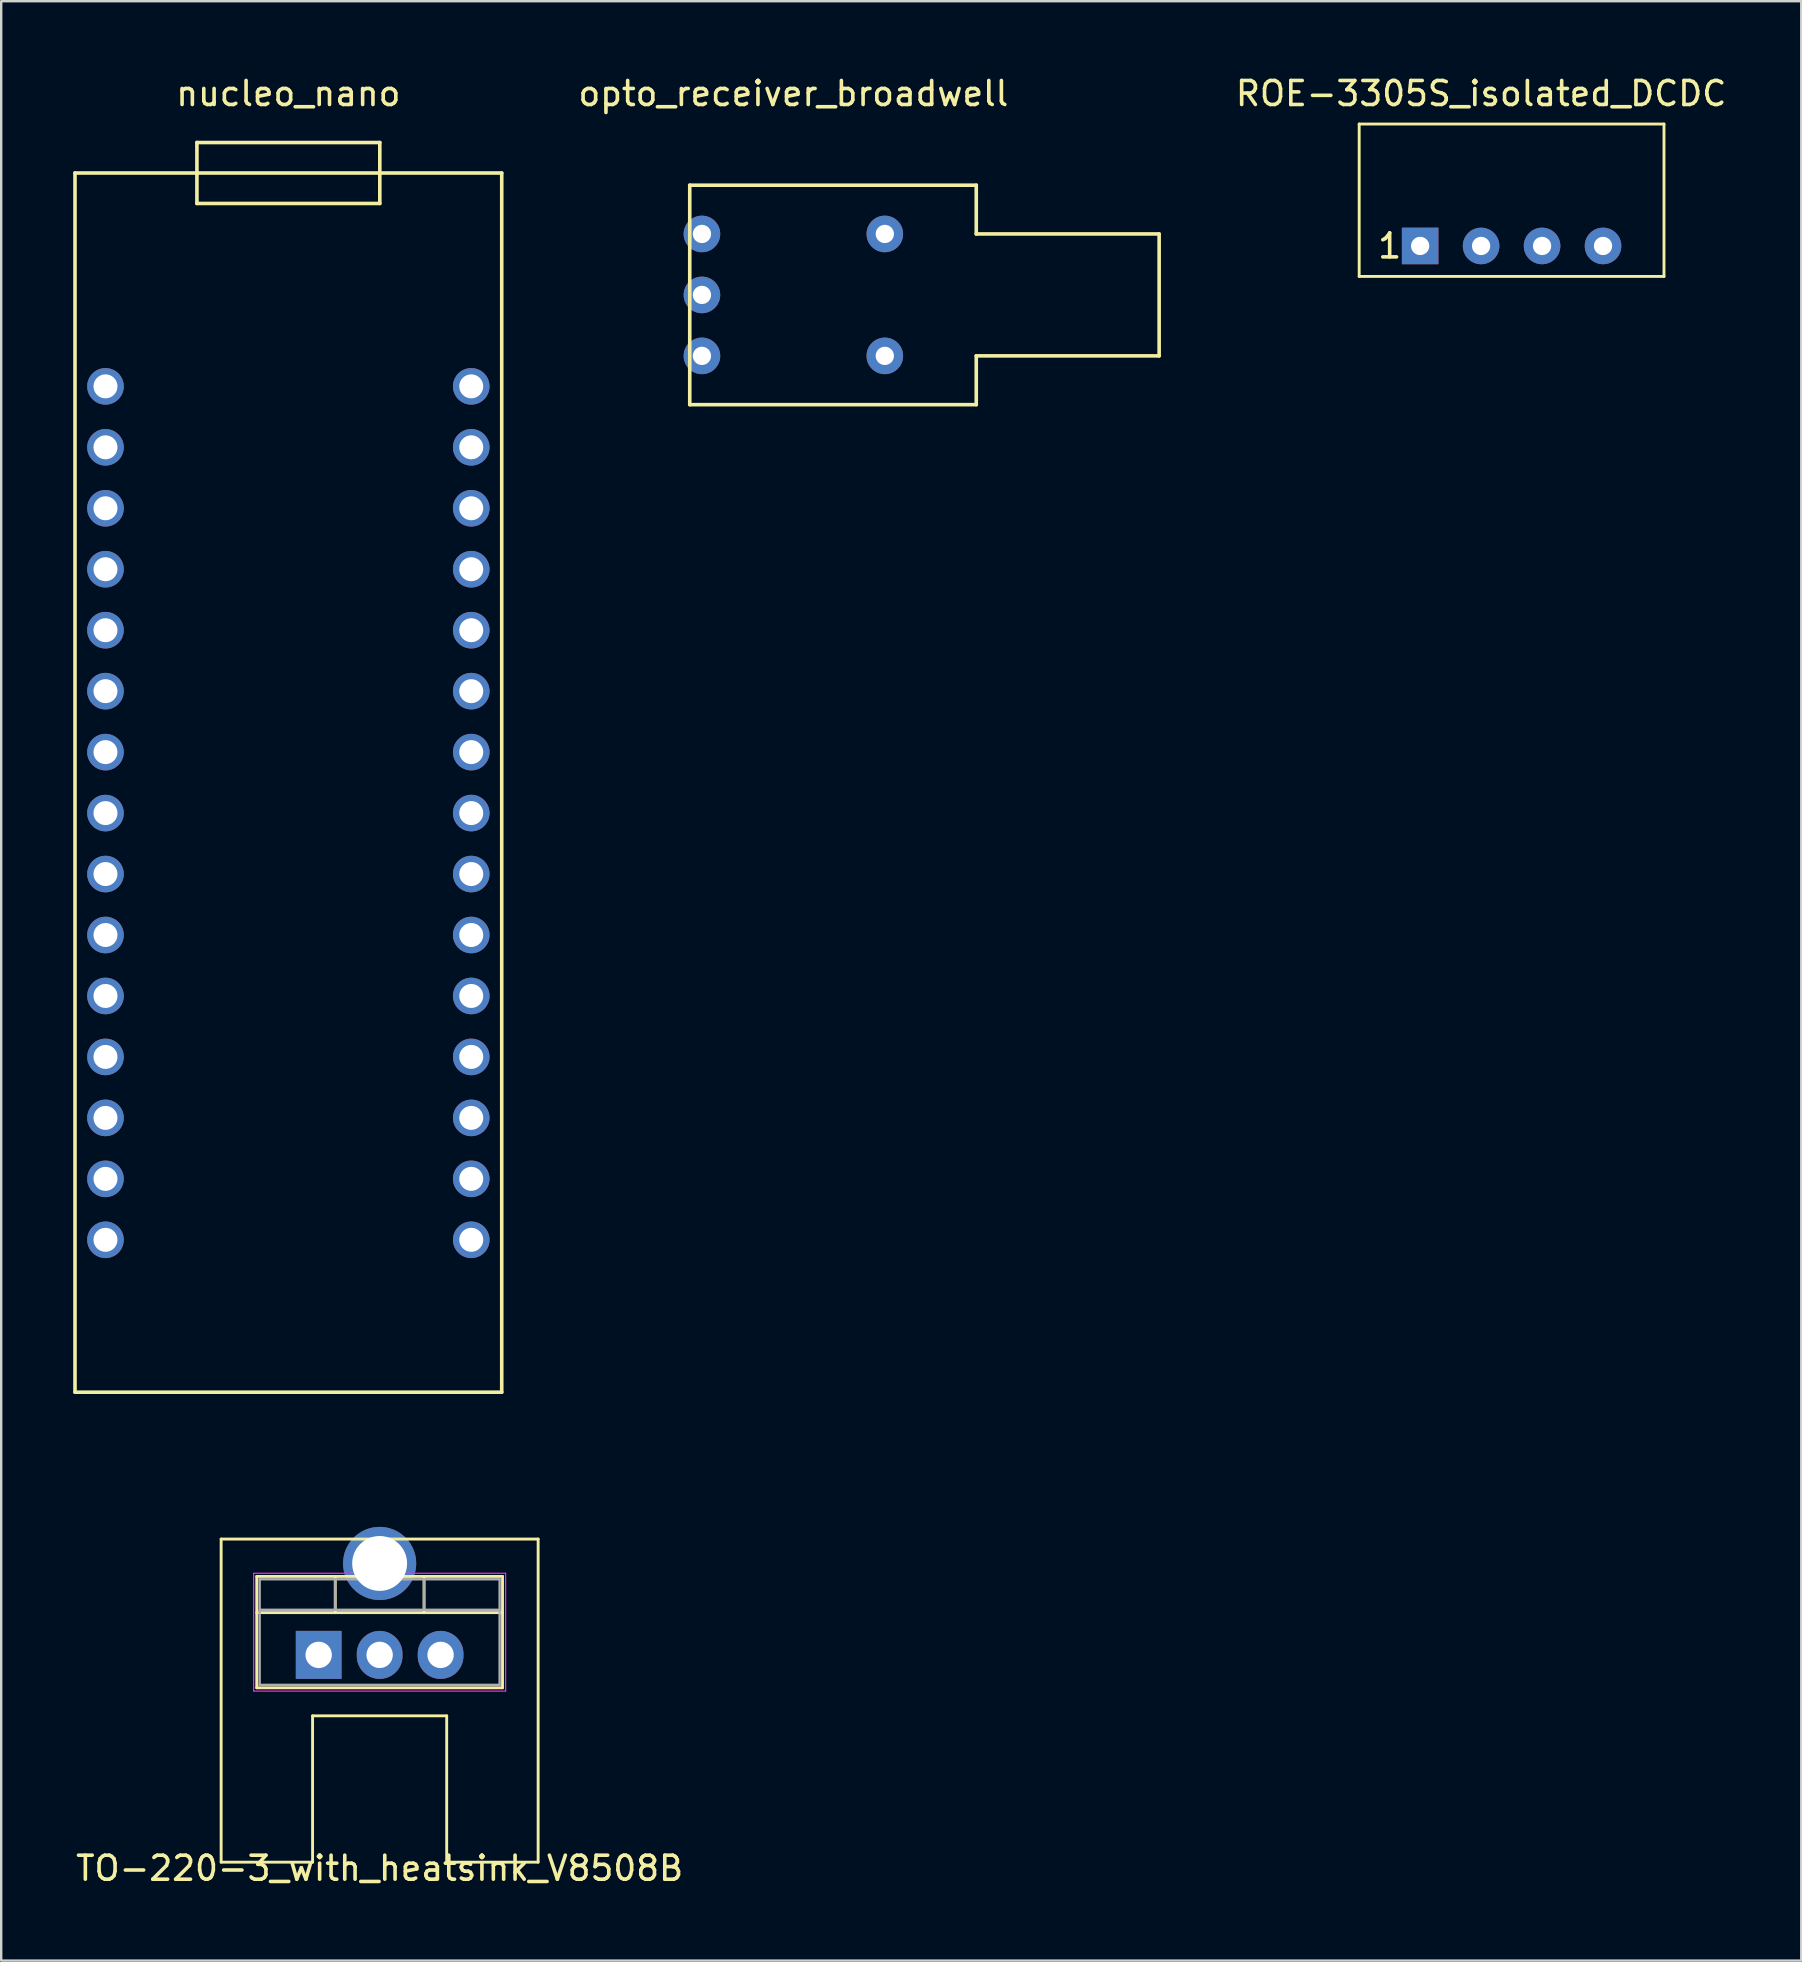
<source format=kicad_pcb>
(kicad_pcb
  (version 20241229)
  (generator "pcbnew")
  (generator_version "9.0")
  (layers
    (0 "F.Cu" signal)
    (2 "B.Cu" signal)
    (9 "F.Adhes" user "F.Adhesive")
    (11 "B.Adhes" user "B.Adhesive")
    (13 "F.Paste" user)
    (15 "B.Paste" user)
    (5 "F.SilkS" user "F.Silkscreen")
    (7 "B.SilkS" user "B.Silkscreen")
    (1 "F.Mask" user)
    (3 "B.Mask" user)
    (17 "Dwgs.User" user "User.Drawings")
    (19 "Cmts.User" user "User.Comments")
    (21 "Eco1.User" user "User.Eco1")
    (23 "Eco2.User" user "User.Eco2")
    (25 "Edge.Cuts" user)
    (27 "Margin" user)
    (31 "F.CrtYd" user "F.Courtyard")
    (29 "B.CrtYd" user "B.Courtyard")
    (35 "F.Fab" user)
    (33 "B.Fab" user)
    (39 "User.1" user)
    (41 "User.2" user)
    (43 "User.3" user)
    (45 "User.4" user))
  (footprint "TO-220-3_with_heatsink_V8508B"
    (layer "F.Cu")
    (at 12.768 58.283)
    (property "Reference" "TO-220-3_with_heatsink_V8508B" (at 0 16.51 0) (layer "F.SilkS") (effects (font (size 1 1) (thickness 0.15))))
    (attr through_hole)
    (fp_line (start -6.604 2.794) (end 6.604 2.794) (stroke (width 0.12) (type solid)) (layer "F.SilkS"))
    (fp_line (start -6.604 16.256) (end -6.604 2.794) (stroke (width 0.12) (type solid)) (layer "F.SilkS"))
    (fp_line (start -5.12 4.35) (end -5.12 8.991) (stroke (width 0.12) (type solid)) (layer "F.SilkS"))
    (fp_line (start -5.12 4.35) (end 5.12 4.35) (stroke (width 0.12) (type solid)) (layer "F.SilkS"))
    (fp_line (start -5.12 5.86) (end 5.12 5.86) (stroke (width 0.12) (type solid)) (layer "F.SilkS"))
    (fp_line (start -5.12 8.991) (end 5.12 8.991) (stroke (width 0.12) (type solid)) (layer "F.SilkS"))
    (fp_line (start -2.794 10.16) (end -2.794 16.256) (stroke (width 0.12) (type solid)) (layer "F.SilkS"))
    (fp_line (start -2.794 16.256) (end -6.604 16.256) (stroke (width 0.12) (type solid)) (layer "F.SilkS"))
    (fp_line (start -1.85 4.35) (end -1.85 5.86) (stroke (width 0.12) (type solid)) (layer "F.SilkS"))
    (fp_line (start 1.851 4.35) (end 1.851 5.86) (stroke (width 0.12) (type solid)) (layer "F.SilkS"))
    (fp_line (start 2.794 10.16) (end -2.794 10.16) (stroke (width 0.12) (type solid)) (layer "F.SilkS"))
    (fp_line (start 2.794 16.256) (end 2.794 10.16) (stroke (width 0.12) (type solid)) (layer "F.SilkS"))
    (fp_line (start 5.12 4.35) (end 5.12 8.991) (stroke (width 0.12) (type solid)) (layer "F.SilkS"))
    (fp_line (start 6.604 2.794) (end 6.604 16.256) (stroke (width 0.12) (type solid)) (layer "F.SilkS"))
    (fp_line (start 6.604 16.256) (end 2.794 16.256) (stroke (width 0.12) (type solid)) (layer "F.SilkS"))
    (fp_line (start -5.25 4.22) (end -5.25 9.13) (stroke (width 0.05) (type solid)) (layer "F.CrtYd"))
    (fp_line (start -5.25 9.13) (end 5.25 9.13) (stroke (width 0.05) (type solid)) (layer "F.CrtYd"))
    (fp_line (start 5.25 4.22) (end -5.25 4.22) (stroke (width 0.05) (type solid)) (layer "F.CrtYd"))
    (fp_line (start 5.25 9.13) (end 5.25 4.22) (stroke (width 0.05) (type solid)) (layer "F.CrtYd"))
    (fp_line (start -5 4.47) (end -5 8.87) (stroke (width 0.1) (type solid)) (layer "F.Fab"))
    (fp_line (start -5 5.74) (end 5 5.74) (stroke (width 0.1) (type solid)) (layer "F.Fab"))
    (fp_line (start -5 8.87) (end 5 8.87) (stroke (width 0.1) (type solid)) (layer "F.Fab"))
    (fp_line (start -1.85 4.47) (end -1.85 5.74) (stroke (width 0.1) (type solid)) (layer "F.Fab"))
    (fp_line (start 1.85 4.47) (end 1.85 5.74) (stroke (width 0.1) (type solid)) (layer "F.Fab"))
    (fp_line (start 5 4.47) (end -5 4.47) (stroke (width 0.1) (type solid)) (layer "F.Fab"))
    (fp_line (start 5 8.87) (end 5 4.47) (stroke (width 0.1) (type solid)) (layer "F.Fab"))
    (pad "1" thru_hole rect (at -2.54 7.62) (size 1.905 2) (drill 1.1) (layers "*.Cu" "*.Mask"))
    (pad "2" thru_hole oval (at 0 7.62) (size 1.905 2) (drill 1.1) (layers "*.Cu" "*.Mask"))
    (pad "3" thru_hole oval (at 2.54 7.62) (size 1.905 2) (drill 1.1) (layers "*.Cu" "*.Mask"))
    (pad "4" thru_hole circle (at 0 3.81) (size 3.048 3.048) (drill oval 2.286) (layers "*.Cu" "*.Mask")))
  (footprint "ROE-3305S_isolated_DCDC"
    (layer "F.Cu")
    (at 59.932 5.928)
    (property "Reference" "ROE-3305S_isolated_DCDC" (at -1.27 -5.08 0) (layer "F.SilkS") (effects (font (size 1 1) (thickness 0.15))))
    (attr through_hole)
    (fp_line (start -6.35 -3.81) (end -6.35 2.54) (stroke (width 0.12) (type solid)) (layer "F.SilkS"))
    (fp_line (start -6.35 2.54) (end 6.35 2.54) (stroke (width 0.12) (type solid)) (layer "F.SilkS"))
    (fp_line (start 6.35 -3.81) (end -6.35 -3.81) (stroke (width 0.12) (type solid)) (layer "F.SilkS"))
    (fp_line (start 6.35 2.54) (end 6.35 -3.81) (stroke (width 0.12) (type solid)) (layer "F.SilkS"))
    (fp_text user "1" (at -5.08 1.27 0) (layer "F.SilkS") (effects (font (size 1 1) (thickness 0.15))))
    (pad "1" thru_hole rect (at -3.81 1.27) (size 1.524 1.524) (drill 0.762) (layers "*.Cu" "*.Mask"))
    (pad "2" thru_hole circle (at -1.27 1.27) (size 1.524 1.524) (drill 0.762) (layers "*.Cu" "*.Mask"))
    (pad "3" thru_hole circle (at 1.27 1.27) (size 1.524 1.524) (drill 0.762) (layers "*.Cu" "*.Mask"))
    (pad "4" thru_hole circle (at 3.81 1.27) (size 1.524 1.524) (drill 0.762) (layers "*.Cu" "*.Mask")))
  (footprint "opto_receiver_broadwell"
    (layer "F.Cu")
    (at 30.007 0.348)
    (property "Reference" "opto_receiver_broadwell" (at 0 0.5 0) (layer "F.SilkS") (effects (font (size 1 1) (thickness 0.15))))
    (attr through_hole)
    (fp_line (start -4.318 4.318) (end -4.318 13.462) (stroke (width 0.15) (type solid)) (layer "F.SilkS"))
    (fp_line (start -4.318 13.462) (end 7.62 13.462) (stroke (width 0.15) (type solid)) (layer "F.SilkS"))
    (fp_line (start 7.62 4.318) (end -4.318 4.318) (stroke (width 0.15) (type solid)) (layer "F.SilkS"))
    (fp_line (start 7.62 6.35) (end 7.62 4.318) (stroke (width 0.15) (type solid)) (layer "F.SilkS"))
    (fp_line (start 7.62 11.43) (end 15.24 11.43) (stroke (width 0.15) (type solid)) (layer "F.SilkS"))
    (fp_line (start 7.62 13.462) (end 7.62 11.43) (stroke (width 0.15) (type solid)) (layer "F.SilkS"))
    (fp_line (start 15.24 6.35) (end 7.62 6.35) (stroke (width 0.15) (type solid)) (layer "F.SilkS"))
    (fp_line (start 15.24 11.43) (end 15.24 6.35) (stroke (width 0.15) (type solid)) (layer "F.SilkS"))
    (pad "1" thru_hole circle (at -3.81 6.35) (size 1.524 1.524) (drill 0.762) (layers "*.Cu" "*.Mask"))
    (pad "2" thru_hole circle (at -3.81 8.89) (size 1.524 1.524) (drill 0.762) (layers "*.Cu" "*.Mask"))
    (pad "3" thru_hole circle (at -3.81 11.43) (size 1.524 1.524) (drill 0.762) (layers "*.Cu" "*.Mask"))
    (pad "4" thru_hole circle (at 3.81 6.35) (size 1.524 1.524) (drill 0.762) (layers "*.Cu" "*.Mask"))
    (pad "5" thru_hole circle (at 3.81 11.43) (size 1.524 1.524) (drill 0.762) (layers "*.Cu" "*.Mask")))
  (footprint "nucleo_nano"
    (layer "F.Cu")
    (at 8.965 0.348)
    (property "Reference" "nucleo_nano" (at 0 0.5 0) (layer "F.SilkS") (effects (font (size 1 1) (thickness 0.15))))
    (attr through_hole)
    (fp_line (start -8.89 3.81) (end -8.89 54.61) (stroke (width 0.15) (type solid)) (layer "F.SilkS"))
    (fp_line (start -8.89 54.61) (end 8.89 54.61) (stroke (width 0.15) (type solid)) (layer "F.SilkS"))
    (fp_line (start -3.81 2.54) (end -3.81 5.08) (stroke (width 0.15) (type solid)) (layer "F.SilkS"))
    (fp_line (start -3.81 5.08) (end 3.81 5.08) (stroke (width 0.15) (type solid)) (layer "F.SilkS"))
    (fp_line (start 3.81 2.54) (end -3.81 2.54) (stroke (width 0.15) (type solid)) (layer "F.SilkS"))
    (fp_line (start 3.81 5.08) (end 3.81 2.54) (stroke (width 0.15) (type solid)) (layer "F.SilkS"))
    (fp_line (start 8.89 3.81) (end -8.89 3.81) (stroke (width 0.15) (type solid)) (layer "F.SilkS"))
    (fp_line (start 8.89 54.61) (end 8.89 3.81) (stroke (width 0.15) (type solid)) (layer "F.SilkS"))
    (pad "1" thru_hole circle (at -7.62 12.7) (size 1.524 1.524) (drill 1) (layers "*.Cu" "*.Mask"))
    (pad "2" thru_hole circle (at -7.62 15.24) (size 1.524 1.524) (drill 1) (layers "*.Cu" "*.Mask"))
    (pad "3" thru_hole circle (at -7.62 17.78) (size 1.524 1.524) (drill 1) (layers "*.Cu" "*.Mask"))
    (pad "4" thru_hole circle (at -7.62 20.32) (size 1.524 1.524) (drill 1) (layers "*.Cu" "*.Mask"))
    (pad "5" thru_hole circle (at -7.62 22.86) (size 1.524 1.524) (drill 1) (layers "*.Cu" "*.Mask"))
    (pad "6" thru_hole circle (at -7.62 25.4) (size 1.524 1.524) (drill 1) (layers "*.Cu" "*.Mask"))
    (pad "7" thru_hole circle (at -7.62 27.94) (size 1.524 1.524) (drill 1) (layers "*.Cu" "*.Mask"))
    (pad "8" thru_hole circle (at -7.62 30.48) (size 1.524 1.524) (drill 1) (layers "*.Cu" "*.Mask"))
    (pad "9" thru_hole circle (at -7.62 33.02) (size 1.524 1.524) (drill 1) (layers "*.Cu" "*.Mask"))
    (pad "10" thru_hole circle (at -7.62 35.56) (size 1.524 1.524) (drill 1) (layers "*.Cu" "*.Mask"))
    (pad "11" thru_hole circle (at -7.62 38.1) (size 1.524 1.524) (drill 1) (layers "*.Cu" "*.Mask"))
    (pad "12" thru_hole circle (at -7.62 40.64) (size 1.524 1.524) (drill 1) (layers "*.Cu" "*.Mask"))
    (pad "13" thru_hole circle (at -7.62 43.18) (size 1.524 1.524) (drill 1) (layers "*.Cu" "*.Mask"))
    (pad "14" thru_hole circle (at -7.62 45.72) (size 1.524 1.524) (drill 1) (layers "*.Cu" "*.Mask"))
    (pad "15" thru_hole circle (at -7.62 48.26) (size 1.524 1.524) (drill 1) (layers "*.Cu" "*.Mask"))
    (pad "16" thru_hole circle (at 7.62 48.26) (size 1.524 1.524) (drill 1) (layers "*.Cu" "*.Mask"))
    (pad "17" thru_hole circle (at 7.62 45.72) (size 1.524 1.524) (drill 1) (layers "*.Cu" "*.Mask"))
    (pad "18" thru_hole circle (at 7.62 43.18) (size 1.524 1.524) (drill 1) (layers "*.Cu" "*.Mask"))
    (pad "19" thru_hole circle (at 7.62 40.64) (size 1.524 1.524) (drill 1) (layers "*.Cu" "*.Mask"))
    (pad "20" thru_hole circle (at 7.62 38.1) (size 1.524 1.524) (drill 1) (layers "*.Cu" "*.Mask"))
    (pad "21" thru_hole circle (at 7.62 35.56) (size 1.524 1.524) (drill 1) (layers "*.Cu" "*.Mask"))
    (pad "22" thru_hole circle (at 7.62 33.02) (size 1.524 1.524) (drill 1) (layers "*.Cu" "*.Mask"))
    (pad "23" thru_hole circle (at 7.62 30.48) (size 1.524 1.524) (drill 1) (layers "*.Cu" "*.Mask"))
    (pad "24" thru_hole circle (at 7.62 27.94) (size 1.524 1.524) (drill 1) (layers "*.Cu" "*.Mask"))
    (pad "25" thru_hole circle (at 7.62 25.4) (size 1.524 1.524) (drill 1) (layers "*.Cu" "*.Mask"))
    (pad "26" thru_hole circle (at 7.62 22.86) (size 1.524 1.524) (drill 1) (layers "*.Cu" "*.Mask"))
    (pad "27" thru_hole circle (at 7.62 20.32) (size 1.524 1.524) (drill 1) (layers "*.Cu" "*.Mask"))
    (pad "28" thru_hole circle (at 7.62 17.78) (size 1.524 1.524) (drill 1) (layers "*.Cu" "*.Mask"))
    (pad "29" thru_hole circle (at 7.62 15.24) (size 1.524 1.524) (drill 1) (layers "*.Cu" "*.Mask"))
    (pad "30" thru_hole circle (at 7.62 12.7) (size 1.524 1.524) (drill 1) (layers "*.Cu" "*.Mask")))
  (gr_rect
    (start -3 -3)
    (end 72.001 78.641)
    (stroke (width 0.1) (type default))
    (fill no)
    (layer "Edge.Cuts")))
</source>
